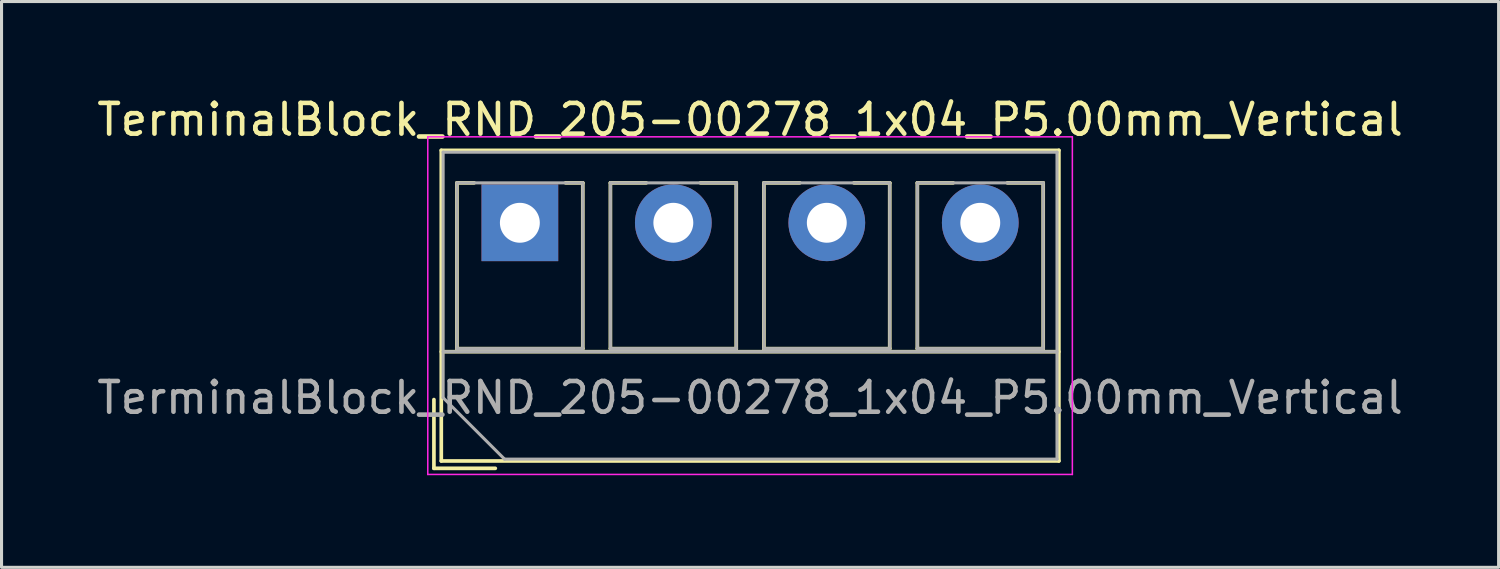
<source format=kicad_pcb>
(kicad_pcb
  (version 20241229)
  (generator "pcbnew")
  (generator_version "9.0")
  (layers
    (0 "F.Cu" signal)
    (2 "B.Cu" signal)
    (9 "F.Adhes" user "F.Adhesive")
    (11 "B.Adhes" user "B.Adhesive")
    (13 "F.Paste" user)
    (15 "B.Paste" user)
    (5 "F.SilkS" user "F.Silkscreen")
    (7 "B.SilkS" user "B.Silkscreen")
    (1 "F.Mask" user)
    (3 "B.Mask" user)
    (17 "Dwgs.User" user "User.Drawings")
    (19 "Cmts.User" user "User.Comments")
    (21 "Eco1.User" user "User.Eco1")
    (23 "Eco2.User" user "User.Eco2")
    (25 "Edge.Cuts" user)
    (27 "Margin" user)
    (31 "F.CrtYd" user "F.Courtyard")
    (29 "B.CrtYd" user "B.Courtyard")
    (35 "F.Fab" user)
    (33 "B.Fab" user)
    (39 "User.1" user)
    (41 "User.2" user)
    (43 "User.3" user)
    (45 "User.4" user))
  (footprint "TerminalBlock_RND_205-00278_1x04_P5.00mm_Vertical"
    (layer "F.Cu")
    (at 13.887 4.208)
    (property "Reference" "TerminalBlock_RND_205-00278_1x04_P5.00mm_Vertical" (at 7.5 -3.36 0) (layer "F.SilkS") (effects (font (size 1 1) (thickness 0.15))))
    (attr through_hole)
    (fp_line (start -2.8 5.76) (end -2.8 8) (stroke (width 0.12) (type solid)) (layer "F.SilkS"))
    (fp_line (start -2.8 8) (end -0.8 8) (stroke (width 0.12) (type solid)) (layer "F.SilkS"))
    (fp_line (start -2.56 -2.36) (end -2.56 7.76) (stroke (width 0.12) (type solid)) (layer "F.SilkS"))
    (fp_line (start -2.56 -2.36) (end 17.561 -2.36) (stroke (width 0.12) (type solid)) (layer "F.SilkS"))
    (fp_line (start -2.56 4.2) (end 17.561 4.2) (stroke (width 0.12) (type solid)) (layer "F.SilkS"))
    (fp_line (start -2.56 7.76) (end 17.561 7.76) (stroke (width 0.12) (type solid)) (layer "F.SilkS"))
    (fp_line (start -2.05 -1.3) (end -2.05 4.1) (stroke (width 0.12) (type solid)) (layer "F.SilkS"))
    (fp_line (start -2.05 -1.3) (end -1.49 -1.3) (stroke (width 0.12) (type solid)) (layer "F.SilkS"))
    (fp_line (start -2.05 4.1) (end 2.05 4.1) (stroke (width 0.12) (type solid)) (layer "F.SilkS"))
    (fp_line (start 1.49 -1.3) (end 2.05 -1.3) (stroke (width 0.12) (type solid)) (layer "F.SilkS"))
    (fp_line (start 2.05 -1.3) (end 2.05 4.1) (stroke (width 0.12) (type solid)) (layer "F.SilkS"))
    (fp_line (start 2.95 -1.3) (end 2.95 4.1) (stroke (width 0.12) (type solid)) (layer "F.SilkS"))
    (fp_line (start 2.95 -1.3) (end 4.117 -1.3) (stroke (width 0.12) (type solid)) (layer "F.SilkS"))
    (fp_line (start 2.95 4.1) (end 7.05 4.1) (stroke (width 0.12) (type solid)) (layer "F.SilkS"))
    (fp_line (start 5.884 -1.3) (end 7.05 -1.3) (stroke (width 0.12) (type solid)) (layer "F.SilkS"))
    (fp_line (start 7.05 -1.3) (end 7.05 4.1) (stroke (width 0.12) (type solid)) (layer "F.SilkS"))
    (fp_line (start 7.95 -1.3) (end 7.95 4.1) (stroke (width 0.12) (type solid)) (layer "F.SilkS"))
    (fp_line (start 7.95 -1.3) (end 9.117 -1.3) (stroke (width 0.12) (type solid)) (layer "F.SilkS"))
    (fp_line (start 7.95 4.1) (end 12.05 4.1) (stroke (width 0.12) (type solid)) (layer "F.SilkS"))
    (fp_line (start 10.884 -1.3) (end 12.05 -1.3) (stroke (width 0.12) (type solid)) (layer "F.SilkS"))
    (fp_line (start 12.05 -1.3) (end 12.05 4.1) (stroke (width 0.12) (type solid)) (layer "F.SilkS"))
    (fp_line (start 12.95 -1.3) (end 12.95 4.1) (stroke (width 0.12) (type solid)) (layer "F.SilkS"))
    (fp_line (start 12.95 -1.3) (end 14.117 -1.3) (stroke (width 0.12) (type solid)) (layer "F.SilkS"))
    (fp_line (start 12.95 4.1) (end 17.05 4.1) (stroke (width 0.12) (type solid)) (layer "F.SilkS"))
    (fp_line (start 15.884 -1.3) (end 17.05 -1.3) (stroke (width 0.12) (type solid)) (layer "F.SilkS"))
    (fp_line (start 17.05 -1.3) (end 17.05 4.1) (stroke (width 0.12) (type solid)) (layer "F.SilkS"))
    (fp_line (start 17.561 -2.36) (end 17.561 7.76) (stroke (width 0.12) (type solid)) (layer "F.SilkS"))
    (fp_line (start -3 -2.8) (end -3 8.2) (stroke (width 0.05) (type solid)) (layer "F.CrtYd"))
    (fp_line (start -3 8.2) (end 18 8.2) (stroke (width 0.05) (type solid)) (layer "F.CrtYd"))
    (fp_line (start 18 -2.8) (end -3 -2.8) (stroke (width 0.05) (type solid)) (layer "F.CrtYd"))
    (fp_line (start 18 8.2) (end 18 -2.8) (stroke (width 0.05) (type solid)) (layer "F.CrtYd"))
    (fp_line (start -2.5 -2.3) (end 17.5 -2.3) (stroke (width 0.1) (type solid)) (layer "F.Fab"))
    (fp_line (start -2.5 4.2) (end 17.5 4.2) (stroke (width 0.1) (type solid)) (layer "F.Fab"))
    (fp_line (start -2.5 5.7) (end -2.5 -2.3) (stroke (width 0.1) (type solid)) (layer "F.Fab"))
    (fp_line (start -2.05 -1.3) (end -2.05 4.1) (stroke (width 0.1) (type solid)) (layer "F.Fab"))
    (fp_line (start -2.05 4.1) (end 2.05 4.1) (stroke (width 0.1) (type solid)) (layer "F.Fab"))
    (fp_line (start -0.5 7.7) (end -2.5 5.7) (stroke (width 0.1) (type solid)) (layer "F.Fab"))
    (fp_line (start 2.05 -1.3) (end -2.05 -1.3) (stroke (width 0.1) (type solid)) (layer "F.Fab"))
    (fp_line (start 2.05 4.1) (end 2.05 -1.3) (stroke (width 0.1) (type solid)) (layer "F.Fab"))
    (fp_line (start 2.95 -1.3) (end 2.95 4.1) (stroke (width 0.1) (type solid)) (layer "F.Fab"))
    (fp_line (start 2.95 4.1) (end 7.05 4.1) (stroke (width 0.1) (type solid)) (layer "F.Fab"))
    (fp_line (start 7.05 -1.3) (end 2.95 -1.3) (stroke (width 0.1) (type solid)) (layer "F.Fab"))
    (fp_line (start 7.05 4.1) (end 7.05 -1.3) (stroke (width 0.1) (type solid)) (layer "F.Fab"))
    (fp_line (start 7.95 -1.3) (end 7.95 4.1) (stroke (width 0.1) (type solid)) (layer "F.Fab"))
    (fp_line (start 7.95 4.1) (end 12.05 4.1) (stroke (width 0.1) (type solid)) (layer "F.Fab"))
    (fp_line (start 12.05 -1.3) (end 7.95 -1.3) (stroke (width 0.1) (type solid)) (layer "F.Fab"))
    (fp_line (start 12.05 4.1) (end 12.05 -1.3) (stroke (width 0.1) (type solid)) (layer "F.Fab"))
    (fp_line (start 12.95 -1.3) (end 12.95 4.1) (stroke (width 0.1) (type solid)) (layer "F.Fab"))
    (fp_line (start 12.95 4.1) (end 17.05 4.1) (stroke (width 0.1) (type solid)) (layer "F.Fab"))
    (fp_line (start 17.05 -1.3) (end 12.95 -1.3) (stroke (width 0.1) (type solid)) (layer "F.Fab"))
    (fp_line (start 17.05 4.1) (end 17.05 -1.3) (stroke (width 0.1) (type solid)) (layer "F.Fab"))
    (fp_line (start 17.5 -2.3) (end 17.5 7.7) (stroke (width 0.1) (type solid)) (layer "F.Fab"))
    (fp_line (start 17.5 7.7) (end -0.5 7.7) (stroke (width 0.1) (type solid)) (layer "F.Fab"))
    (fp_text user "${REFERENCE}" (at 7.5 5.7 0) (layer "F.Fab") (effects (font (size 1 1) (thickness 0.15))))
    (pad "1" thru_hole rect (at 0 0) (size 2.5 2.5) (drill 1.3) (layers "*.Cu" "*.Mask"))
    (pad "2" thru_hole circle (at 5 0) (size 2.5 2.5) (drill 1.3) (layers "*.Cu" "*.Mask"))
    (pad "3" thru_hole circle (at 10 0) (size 2.5 2.5) (drill 1.3) (layers "*.Cu" "*.Mask"))
    (pad "4" thru_hole circle (at 15 0) (size 2.5 2.5) (drill 1.3) (layers "*.Cu" "*.Mask")))
  (gr_rect
    (start -3 -3)
    (end 45.774 15.433)
    (stroke (width 0.1) (type default))
    (fill no)
    (layer "Edge.Cuts")))
</source>
